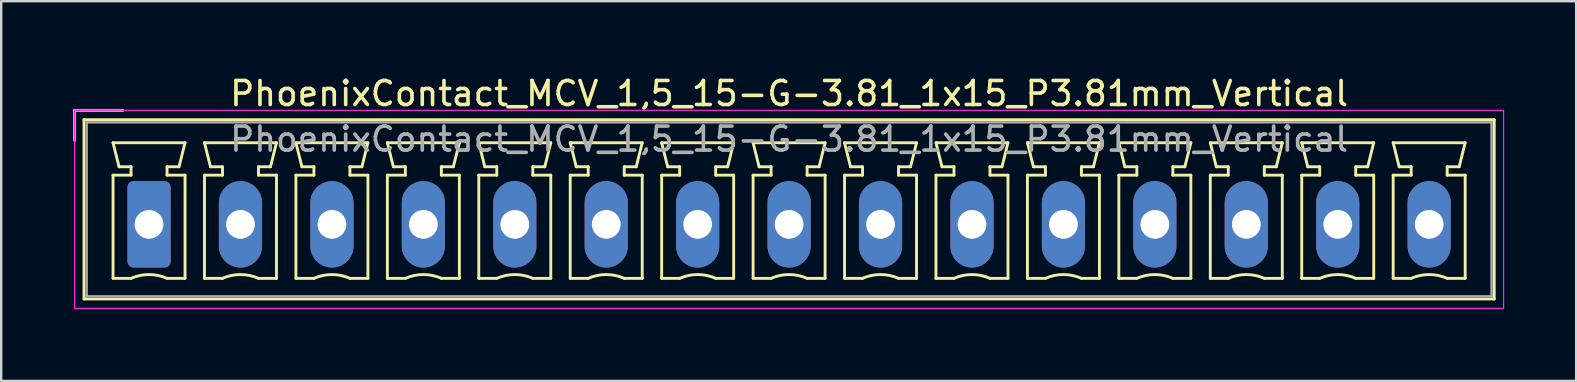
<source format=kicad_pcb>
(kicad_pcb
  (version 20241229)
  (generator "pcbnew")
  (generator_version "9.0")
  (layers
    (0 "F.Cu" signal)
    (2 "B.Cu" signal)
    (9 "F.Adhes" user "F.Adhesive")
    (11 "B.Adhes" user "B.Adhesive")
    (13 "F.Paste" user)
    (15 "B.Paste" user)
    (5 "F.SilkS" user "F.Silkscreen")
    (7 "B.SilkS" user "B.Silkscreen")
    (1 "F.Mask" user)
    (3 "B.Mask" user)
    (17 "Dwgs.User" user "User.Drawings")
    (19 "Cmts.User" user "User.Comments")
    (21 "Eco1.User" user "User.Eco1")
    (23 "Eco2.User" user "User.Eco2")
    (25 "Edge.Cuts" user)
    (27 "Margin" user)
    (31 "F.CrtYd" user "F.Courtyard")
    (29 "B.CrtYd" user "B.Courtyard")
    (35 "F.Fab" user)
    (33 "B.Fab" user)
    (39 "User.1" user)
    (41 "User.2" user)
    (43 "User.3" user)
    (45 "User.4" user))
  (footprint "PhoenixContact_MCV_1,5_15-G-3.81_1x15_P3.81mm_Vertical"
    (layer "F.Cu")
    (at 3.16 6.298)
    (property "Reference" "PhoenixContact_MCV_1,5_15-G-3.81_1x15_P3.81mm_Vertical" (at 26.67 -5.45 0) (layer "F.SilkS") (effects (font (size 1 1) (thickness 0.15))))
    (attr through_hole)
    (fp_line (start -3.1 -4.75) (end -1.1 -4.75) (stroke (width 0.12) (type solid)) (layer "F.SilkS"))
    (fp_line (start -3.1 -3.5) (end -3.1 -4.75) (stroke (width 0.12) (type solid)) (layer "F.SilkS"))
    (fp_line (start -2.71 -4.36) (end -2.71 3.11) (stroke (width 0.12) (type solid)) (layer "F.SilkS"))
    (fp_line (start -2.71 3.11) (end 56.05 3.11) (stroke (width 0.12) (type solid)) (layer "F.SilkS"))
    (fp_line (start -1.5 -3.4) (end 1.5 -3.4) (stroke (width 0.12) (type solid)) (layer "F.SilkS"))
    (fp_line (start -1.5 -2.05) (end -0.75 -2.05) (stroke (width 0.12) (type solid)) (layer "F.SilkS"))
    (fp_line (start -1.5 2.25) (end -1.5 -2.05) (stroke (width 0.12) (type solid)) (layer "F.SilkS"))
    (fp_line (start -1.25 -2.4) (end -1.5 -3.4) (stroke (width 0.12) (type solid)) (layer "F.SilkS"))
    (fp_line (start -0.75 -2.4) (end -1.25 -2.4) (stroke (width 0.12) (type solid)) (layer "F.SilkS"))
    (fp_line (start -0.75 -2.05) (end -0.75 -2.4) (stroke (width 0.12) (type solid)) (layer "F.SilkS"))
    (fp_line (start -0.75 2.25) (end -1.5 2.25) (stroke (width 0.12) (type solid)) (layer "F.SilkS"))
    (fp_line (start 0.75 -2.4) (end 0.75 -2.05) (stroke (width 0.12) (type solid)) (layer "F.SilkS"))
    (fp_line (start 0.75 -2.05) (end 1.5 -2.05) (stroke (width 0.12) (type solid)) (layer "F.SilkS"))
    (fp_line (start 1.25 -2.4) (end 0.75 -2.4) (stroke (width 0.12) (type solid)) (layer "F.SilkS"))
    (fp_line (start 1.5 -3.4) (end 1.25 -2.4) (stroke (width 0.12) (type solid)) (layer "F.SilkS"))
    (fp_line (start 1.5 -2.05) (end 1.5 2.25) (stroke (width 0.12) (type solid)) (layer "F.SilkS"))
    (fp_line (start 1.5 2.25) (end 0.75 2.25) (stroke (width 0.12) (type solid)) (layer "F.SilkS"))
    (fp_line (start 2.31 -3.4) (end 5.31 -3.4) (stroke (width 0.12) (type solid)) (layer "F.SilkS"))
    (fp_line (start 2.31 -2.05) (end 3.06 -2.05) (stroke (width 0.12) (type solid)) (layer "F.SilkS"))
    (fp_line (start 2.31 2.25) (end 2.31 -2.05) (stroke (width 0.12) (type solid)) (layer "F.SilkS"))
    (fp_line (start 2.56 -2.4) (end 2.31 -3.4) (stroke (width 0.12) (type solid)) (layer "F.SilkS"))
    (fp_line (start 3.06 -2.4) (end 2.56 -2.4) (stroke (width 0.12) (type solid)) (layer "F.SilkS"))
    (fp_line (start 3.06 -2.05) (end 3.06 -2.4) (stroke (width 0.12) (type solid)) (layer "F.SilkS"))
    (fp_line (start 3.06 2.25) (end 2.31 2.25) (stroke (width 0.12) (type solid)) (layer "F.SilkS"))
    (fp_line (start 4.56 -2.4) (end 4.56 -2.05) (stroke (width 0.12) (type solid)) (layer "F.SilkS"))
    (fp_line (start 4.56 -2.05) (end 5.31 -2.05) (stroke (width 0.12) (type solid)) (layer "F.SilkS"))
    (fp_line (start 5.06 -2.4) (end 4.56 -2.4) (stroke (width 0.12) (type solid)) (layer "F.SilkS"))
    (fp_line (start 5.31 -3.4) (end 5.06 -2.4) (stroke (width 0.12) (type solid)) (layer "F.SilkS"))
    (fp_line (start 5.31 -2.05) (end 5.31 2.25) (stroke (width 0.12) (type solid)) (layer "F.SilkS"))
    (fp_line (start 5.31 2.25) (end 4.56 2.25) (stroke (width 0.12) (type solid)) (layer "F.SilkS"))
    (fp_line (start 6.12 -3.4) (end 9.12 -3.4) (stroke (width 0.12) (type solid)) (layer "F.SilkS"))
    (fp_line (start 6.12 -2.05) (end 6.87 -2.05) (stroke (width 0.12) (type solid)) (layer "F.SilkS"))
    (fp_line (start 6.12 2.25) (end 6.12 -2.05) (stroke (width 0.12) (type solid)) (layer "F.SilkS"))
    (fp_line (start 6.37 -2.4) (end 6.12 -3.4) (stroke (width 0.12) (type solid)) (layer "F.SilkS"))
    (fp_line (start 6.87 -2.4) (end 6.37 -2.4) (stroke (width 0.12) (type solid)) (layer "F.SilkS"))
    (fp_line (start 6.87 -2.05) (end 6.87 -2.4) (stroke (width 0.12) (type solid)) (layer "F.SilkS"))
    (fp_line (start 6.87 2.25) (end 6.12 2.25) (stroke (width 0.12) (type solid)) (layer "F.SilkS"))
    (fp_line (start 8.37 -2.4) (end 8.37 -2.05) (stroke (width 0.12) (type solid)) (layer "F.SilkS"))
    (fp_line (start 8.37 -2.05) (end 9.12 -2.05) (stroke (width 0.12) (type solid)) (layer "F.SilkS"))
    (fp_line (start 8.87 -2.4) (end 8.37 -2.4) (stroke (width 0.12) (type solid)) (layer "F.SilkS"))
    (fp_line (start 9.12 -3.4) (end 8.87 -2.4) (stroke (width 0.12) (type solid)) (layer "F.SilkS"))
    (fp_line (start 9.12 -2.05) (end 9.12 2.25) (stroke (width 0.12) (type solid)) (layer "F.SilkS"))
    (fp_line (start 9.12 2.25) (end 8.37 2.25) (stroke (width 0.12) (type solid)) (layer "F.SilkS"))
    (fp_line (start 9.93 -3.4) (end 12.93 -3.4) (stroke (width 0.12) (type solid)) (layer "F.SilkS"))
    (fp_line (start 9.93 -2.05) (end 10.68 -2.05) (stroke (width 0.12) (type solid)) (layer "F.SilkS"))
    (fp_line (start 9.93 2.25) (end 9.93 -2.05) (stroke (width 0.12) (type solid)) (layer "F.SilkS"))
    (fp_line (start 10.18 -2.4) (end 9.93 -3.4) (stroke (width 0.12) (type solid)) (layer "F.SilkS"))
    (fp_line (start 10.68 -2.4) (end 10.18 -2.4) (stroke (width 0.12) (type solid)) (layer "F.SilkS"))
    (fp_line (start 10.68 -2.05) (end 10.68 -2.4) (stroke (width 0.12) (type solid)) (layer "F.SilkS"))
    (fp_line (start 10.68 2.25) (end 9.93 2.25) (stroke (width 0.12) (type solid)) (layer "F.SilkS"))
    (fp_line (start 12.18 -2.4) (end 12.18 -2.05) (stroke (width 0.12) (type solid)) (layer "F.SilkS"))
    (fp_line (start 12.18 -2.05) (end 12.93 -2.05) (stroke (width 0.12) (type solid)) (layer "F.SilkS"))
    (fp_line (start 12.68 -2.4) (end 12.18 -2.4) (stroke (width 0.12) (type solid)) (layer "F.SilkS"))
    (fp_line (start 12.93 -3.4) (end 12.68 -2.4) (stroke (width 0.12) (type solid)) (layer "F.SilkS"))
    (fp_line (start 12.93 -2.05) (end 12.93 2.25) (stroke (width 0.12) (type solid)) (layer "F.SilkS"))
    (fp_line (start 12.93 2.25) (end 12.18 2.25) (stroke (width 0.12) (type solid)) (layer "F.SilkS"))
    (fp_line (start 13.74 -3.4) (end 16.74 -3.4) (stroke (width 0.12) (type solid)) (layer "F.SilkS"))
    (fp_line (start 13.74 -2.05) (end 14.49 -2.05) (stroke (width 0.12) (type solid)) (layer "F.SilkS"))
    (fp_line (start 13.74 2.25) (end 13.74 -2.05) (stroke (width 0.12) (type solid)) (layer "F.SilkS"))
    (fp_line (start 13.99 -2.4) (end 13.74 -3.4) (stroke (width 0.12) (type solid)) (layer "F.SilkS"))
    (fp_line (start 14.49 -2.4) (end 13.99 -2.4) (stroke (width 0.12) (type solid)) (layer "F.SilkS"))
    (fp_line (start 14.49 -2.05) (end 14.49 -2.4) (stroke (width 0.12) (type solid)) (layer "F.SilkS"))
    (fp_line (start 14.49 2.25) (end 13.74 2.25) (stroke (width 0.12) (type solid)) (layer "F.SilkS"))
    (fp_line (start 15.99 -2.4) (end 15.99 -2.05) (stroke (width 0.12) (type solid)) (layer "F.SilkS"))
    (fp_line (start 15.99 -2.05) (end 16.74 -2.05) (stroke (width 0.12) (type solid)) (layer "F.SilkS"))
    (fp_line (start 16.49 -2.4) (end 15.99 -2.4) (stroke (width 0.12) (type solid)) (layer "F.SilkS"))
    (fp_line (start 16.74 -3.4) (end 16.49 -2.4) (stroke (width 0.12) (type solid)) (layer "F.SilkS"))
    (fp_line (start 16.74 -2.05) (end 16.74 2.25) (stroke (width 0.12) (type solid)) (layer "F.SilkS"))
    (fp_line (start 16.74 2.25) (end 15.99 2.25) (stroke (width 0.12) (type solid)) (layer "F.SilkS"))
    (fp_line (start 17.55 -3.4) (end 20.55 -3.4) (stroke (width 0.12) (type solid)) (layer "F.SilkS"))
    (fp_line (start 17.55 -2.05) (end 18.3 -2.05) (stroke (width 0.12) (type solid)) (layer "F.SilkS"))
    (fp_line (start 17.55 2.25) (end 17.55 -2.05) (stroke (width 0.12) (type solid)) (layer "F.SilkS"))
    (fp_line (start 17.8 -2.4) (end 17.55 -3.4) (stroke (width 0.12) (type solid)) (layer "F.SilkS"))
    (fp_line (start 18.3 -2.4) (end 17.8 -2.4) (stroke (width 0.12) (type solid)) (layer "F.SilkS"))
    (fp_line (start 18.3 -2.05) (end 18.3 -2.4) (stroke (width 0.12) (type solid)) (layer "F.SilkS"))
    (fp_line (start 18.3 2.25) (end 17.55 2.25) (stroke (width 0.12) (type solid)) (layer "F.SilkS"))
    (fp_line (start 19.8 -2.4) (end 19.8 -2.05) (stroke (width 0.12) (type solid)) (layer "F.SilkS"))
    (fp_line (start 19.8 -2.05) (end 20.55 -2.05) (stroke (width 0.12) (type solid)) (layer "F.SilkS"))
    (fp_line (start 20.3 -2.4) (end 19.8 -2.4) (stroke (width 0.12) (type solid)) (layer "F.SilkS"))
    (fp_line (start 20.55 -3.4) (end 20.3 -2.4) (stroke (width 0.12) (type solid)) (layer "F.SilkS"))
    (fp_line (start 20.55 -2.05) (end 20.55 2.25) (stroke (width 0.12) (type solid)) (layer "F.SilkS"))
    (fp_line (start 20.55 2.25) (end 19.8 2.25) (stroke (width 0.12) (type solid)) (layer "F.SilkS"))
    (fp_line (start 21.36 -3.4) (end 24.36 -3.4) (stroke (width 0.12) (type solid)) (layer "F.SilkS"))
    (fp_line (start 21.36 -2.05) (end 22.11 -2.05) (stroke (width 0.12) (type solid)) (layer "F.SilkS"))
    (fp_line (start 21.36 2.25) (end 21.36 -2.05) (stroke (width 0.12) (type solid)) (layer "F.SilkS"))
    (fp_line (start 21.61 -2.4) (end 21.36 -3.4) (stroke (width 0.12) (type solid)) (layer "F.SilkS"))
    (fp_line (start 22.11 -2.4) (end 21.61 -2.4) (stroke (width 0.12) (type solid)) (layer "F.SilkS"))
    (fp_line (start 22.11 -2.05) (end 22.11 -2.4) (stroke (width 0.12) (type solid)) (layer "F.SilkS"))
    (fp_line (start 22.11 2.25) (end 21.36 2.25) (stroke (width 0.12) (type solid)) (layer "F.SilkS"))
    (fp_line (start 23.61 -2.4) (end 23.61 -2.05) (stroke (width 0.12) (type solid)) (layer "F.SilkS"))
    (fp_line (start 23.61 -2.05) (end 24.36 -2.05) (stroke (width 0.12) (type solid)) (layer "F.SilkS"))
    (fp_line (start 24.11 -2.4) (end 23.61 -2.4) (stroke (width 0.12) (type solid)) (layer "F.SilkS"))
    (fp_line (start 24.36 -3.4) (end 24.11 -2.4) (stroke (width 0.12) (type solid)) (layer "F.SilkS"))
    (fp_line (start 24.36 -2.05) (end 24.36 2.25) (stroke (width 0.12) (type solid)) (layer "F.SilkS"))
    (fp_line (start 24.36 2.25) (end 23.61 2.25) (stroke (width 0.12) (type solid)) (layer "F.SilkS"))
    (fp_line (start 25.17 -3.4) (end 28.17 -3.4) (stroke (width 0.12) (type solid)) (layer "F.SilkS"))
    (fp_line (start 25.17 -2.05) (end 25.92 -2.05) (stroke (width 0.12) (type solid)) (layer "F.SilkS"))
    (fp_line (start 25.17 2.25) (end 25.17 -2.05) (stroke (width 0.12) (type solid)) (layer "F.SilkS"))
    (fp_line (start 25.42 -2.4) (end 25.17 -3.4) (stroke (width 0.12) (type solid)) (layer "F.SilkS"))
    (fp_line (start 25.92 -2.4) (end 25.42 -2.4) (stroke (width 0.12) (type solid)) (layer "F.SilkS"))
    (fp_line (start 25.92 -2.05) (end 25.92 -2.4) (stroke (width 0.12) (type solid)) (layer "F.SilkS"))
    (fp_line (start 25.92 2.25) (end 25.17 2.25) (stroke (width 0.12) (type solid)) (layer "F.SilkS"))
    (fp_line (start 27.42 -2.4) (end 27.42 -2.05) (stroke (width 0.12) (type solid)) (layer "F.SilkS"))
    (fp_line (start 27.42 -2.05) (end 28.17 -2.05) (stroke (width 0.12) (type solid)) (layer "F.SilkS"))
    (fp_line (start 27.92 -2.4) (end 27.42 -2.4) (stroke (width 0.12) (type solid)) (layer "F.SilkS"))
    (fp_line (start 28.17 -3.4) (end 27.92 -2.4) (stroke (width 0.12) (type solid)) (layer "F.SilkS"))
    (fp_line (start 28.17 -2.05) (end 28.17 2.25) (stroke (width 0.12) (type solid)) (layer "F.SilkS"))
    (fp_line (start 28.17 2.25) (end 27.42 2.25) (stroke (width 0.12) (type solid)) (layer "F.SilkS"))
    (fp_line (start 28.98 -3.4) (end 31.98 -3.4) (stroke (width 0.12) (type solid)) (layer "F.SilkS"))
    (fp_line (start 28.98 -2.05) (end 29.73 -2.05) (stroke (width 0.12) (type solid)) (layer "F.SilkS"))
    (fp_line (start 28.98 2.25) (end 28.98 -2.05) (stroke (width 0.12) (type solid)) (layer "F.SilkS"))
    (fp_line (start 29.23 -2.4) (end 28.98 -3.4) (stroke (width 0.12) (type solid)) (layer "F.SilkS"))
    (fp_line (start 29.73 -2.4) (end 29.23 -2.4) (stroke (width 0.12) (type solid)) (layer "F.SilkS"))
    (fp_line (start 29.73 -2.05) (end 29.73 -2.4) (stroke (width 0.12) (type solid)) (layer "F.SilkS"))
    (fp_line (start 29.73 2.25) (end 28.98 2.25) (stroke (width 0.12) (type solid)) (layer "F.SilkS"))
    (fp_line (start 31.23 -2.4) (end 31.23 -2.05) (stroke (width 0.12) (type solid)) (layer "F.SilkS"))
    (fp_line (start 31.23 -2.05) (end 31.98 -2.05) (stroke (width 0.12) (type solid)) (layer "F.SilkS"))
    (fp_line (start 31.73 -2.4) (end 31.23 -2.4) (stroke (width 0.12) (type solid)) (layer "F.SilkS"))
    (fp_line (start 31.98 -3.4) (end 31.73 -2.4) (stroke (width 0.12) (type solid)) (layer "F.SilkS"))
    (fp_line (start 31.98 -2.05) (end 31.98 2.25) (stroke (width 0.12) (type solid)) (layer "F.SilkS"))
    (fp_line (start 31.98 2.25) (end 31.23 2.25) (stroke (width 0.12) (type solid)) (layer "F.SilkS"))
    (fp_line (start 32.79 -3.4) (end 35.79 -3.4) (stroke (width 0.12) (type solid)) (layer "F.SilkS"))
    (fp_line (start 32.79 -2.05) (end 33.54 -2.05) (stroke (width 0.12) (type solid)) (layer "F.SilkS"))
    (fp_line (start 32.79 2.25) (end 32.79 -2.05) (stroke (width 0.12) (type solid)) (layer "F.SilkS"))
    (fp_line (start 33.04 -2.4) (end 32.79 -3.4) (stroke (width 0.12) (type solid)) (layer "F.SilkS"))
    (fp_line (start 33.54 -2.4) (end 33.04 -2.4) (stroke (width 0.12) (type solid)) (layer "F.SilkS"))
    (fp_line (start 33.54 -2.05) (end 33.54 -2.4) (stroke (width 0.12) (type solid)) (layer "F.SilkS"))
    (fp_line (start 33.54 2.25) (end 32.79 2.25) (stroke (width 0.12) (type solid)) (layer "F.SilkS"))
    (fp_line (start 35.04 -2.4) (end 35.04 -2.05) (stroke (width 0.12) (type solid)) (layer "F.SilkS"))
    (fp_line (start 35.04 -2.05) (end 35.79 -2.05) (stroke (width 0.12) (type solid)) (layer "F.SilkS"))
    (fp_line (start 35.54 -2.4) (end 35.04 -2.4) (stroke (width 0.12) (type solid)) (layer "F.SilkS"))
    (fp_line (start 35.79 -3.4) (end 35.54 -2.4) (stroke (width 0.12) (type solid)) (layer "F.SilkS"))
    (fp_line (start 35.79 -2.05) (end 35.79 2.25) (stroke (width 0.12) (type solid)) (layer "F.SilkS"))
    (fp_line (start 35.79 2.25) (end 35.04 2.25) (stroke (width 0.12) (type solid)) (layer "F.SilkS"))
    (fp_line (start 36.6 -3.4) (end 39.6 -3.4) (stroke (width 0.12) (type solid)) (layer "F.SilkS"))
    (fp_line (start 36.6 -2.05) (end 37.35 -2.05) (stroke (width 0.12) (type solid)) (layer "F.SilkS"))
    (fp_line (start 36.6 2.25) (end 36.6 -2.05) (stroke (width 0.12) (type solid)) (layer "F.SilkS"))
    (fp_line (start 36.85 -2.4) (end 36.6 -3.4) (stroke (width 0.12) (type solid)) (layer "F.SilkS"))
    (fp_line (start 37.35 -2.4) (end 36.85 -2.4) (stroke (width 0.12) (type solid)) (layer "F.SilkS"))
    (fp_line (start 37.35 -2.05) (end 37.35 -2.4) (stroke (width 0.12) (type solid)) (layer "F.SilkS"))
    (fp_line (start 37.35 2.25) (end 36.6 2.25) (stroke (width 0.12) (type solid)) (layer "F.SilkS"))
    (fp_line (start 38.85 -2.4) (end 38.85 -2.05) (stroke (width 0.12) (type solid)) (layer "F.SilkS"))
    (fp_line (start 38.85 -2.05) (end 39.6 -2.05) (stroke (width 0.12) (type solid)) (layer "F.SilkS"))
    (fp_line (start 39.35 -2.4) (end 38.85 -2.4) (stroke (width 0.12) (type solid)) (layer "F.SilkS"))
    (fp_line (start 39.6 -3.4) (end 39.35 -2.4) (stroke (width 0.12) (type solid)) (layer "F.SilkS"))
    (fp_line (start 39.6 -2.05) (end 39.6 2.25) (stroke (width 0.12) (type solid)) (layer "F.SilkS"))
    (fp_line (start 39.6 2.25) (end 38.85 2.25) (stroke (width 0.12) (type solid)) (layer "F.SilkS"))
    (fp_line (start 40.41 -3.4) (end 43.41 -3.4) (stroke (width 0.12) (type solid)) (layer "F.SilkS"))
    (fp_line (start 40.41 -2.05) (end 41.16 -2.05) (stroke (width 0.12) (type solid)) (layer "F.SilkS"))
    (fp_line (start 40.41 2.25) (end 40.41 -2.05) (stroke (width 0.12) (type solid)) (layer "F.SilkS"))
    (fp_line (start 40.66 -2.4) (end 40.41 -3.4) (stroke (width 0.12) (type solid)) (layer "F.SilkS"))
    (fp_line (start 41.16 -2.4) (end 40.66 -2.4) (stroke (width 0.12) (type solid)) (layer "F.SilkS"))
    (fp_line (start 41.16 -2.05) (end 41.16 -2.4) (stroke (width 0.12) (type solid)) (layer "F.SilkS"))
    (fp_line (start 41.16 2.25) (end 40.41 2.25) (stroke (width 0.12) (type solid)) (layer "F.SilkS"))
    (fp_line (start 42.66 -2.4) (end 42.66 -2.05) (stroke (width 0.12) (type solid)) (layer "F.SilkS"))
    (fp_line (start 42.66 -2.05) (end 43.41 -2.05) (stroke (width 0.12) (type solid)) (layer "F.SilkS"))
    (fp_line (start 43.16 -2.4) (end 42.66 -2.4) (stroke (width 0.12) (type solid)) (layer "F.SilkS"))
    (fp_line (start 43.41 -3.4) (end 43.16 -2.4) (stroke (width 0.12) (type solid)) (layer "F.SilkS"))
    (fp_line (start 43.41 -2.05) (end 43.41 2.25) (stroke (width 0.12) (type solid)) (layer "F.SilkS"))
    (fp_line (start 43.41 2.25) (end 42.66 2.25) (stroke (width 0.12) (type solid)) (layer "F.SilkS"))
    (fp_line (start 44.22 -3.4) (end 47.22 -3.4) (stroke (width 0.12) (type solid)) (layer "F.SilkS"))
    (fp_line (start 44.22 -2.05) (end 44.97 -2.05) (stroke (width 0.12) (type solid)) (layer "F.SilkS"))
    (fp_line (start 44.22 2.25) (end 44.22 -2.05) (stroke (width 0.12) (type solid)) (layer "F.SilkS"))
    (fp_line (start 44.47 -2.4) (end 44.22 -3.4) (stroke (width 0.12) (type solid)) (layer "F.SilkS"))
    (fp_line (start 44.97 -2.4) (end 44.47 -2.4) (stroke (width 0.12) (type solid)) (layer "F.SilkS"))
    (fp_line (start 44.97 -2.05) (end 44.97 -2.4) (stroke (width 0.12) (type solid)) (layer "F.SilkS"))
    (fp_line (start 44.97 2.25) (end 44.22 2.25) (stroke (width 0.12) (type solid)) (layer "F.SilkS"))
    (fp_line (start 46.47 -2.4) (end 46.47 -2.05) (stroke (width 0.12) (type solid)) (layer "F.SilkS"))
    (fp_line (start 46.47 -2.05) (end 47.22 -2.05) (stroke (width 0.12) (type solid)) (layer "F.SilkS"))
    (fp_line (start 46.97 -2.4) (end 46.47 -2.4) (stroke (width 0.12) (type solid)) (layer "F.SilkS"))
    (fp_line (start 47.22 -3.4) (end 46.97 -2.4) (stroke (width 0.12) (type solid)) (layer "F.SilkS"))
    (fp_line (start 47.22 -2.05) (end 47.22 2.25) (stroke (width 0.12) (type solid)) (layer "F.SilkS"))
    (fp_line (start 47.22 2.25) (end 46.47 2.25) (stroke (width 0.12) (type solid)) (layer "F.SilkS"))
    (fp_line (start 48.03 -3.4) (end 51.03 -3.4) (stroke (width 0.12) (type solid)) (layer "F.SilkS"))
    (fp_line (start 48.03 -2.05) (end 48.78 -2.05) (stroke (width 0.12) (type solid)) (layer "F.SilkS"))
    (fp_line (start 48.03 2.25) (end 48.03 -2.05) (stroke (width 0.12) (type solid)) (layer "F.SilkS"))
    (fp_line (start 48.28 -2.4) (end 48.03 -3.4) (stroke (width 0.12) (type solid)) (layer "F.SilkS"))
    (fp_line (start 48.78 -2.4) (end 48.28 -2.4) (stroke (width 0.12) (type solid)) (layer "F.SilkS"))
    (fp_line (start 48.78 -2.05) (end 48.78 -2.4) (stroke (width 0.12) (type solid)) (layer "F.SilkS"))
    (fp_line (start 48.78 2.25) (end 48.03 2.25) (stroke (width 0.12) (type solid)) (layer "F.SilkS"))
    (fp_line (start 50.28 -2.4) (end 50.28 -2.05) (stroke (width 0.12) (type solid)) (layer "F.SilkS"))
    (fp_line (start 50.28 -2.05) (end 51.03 -2.05) (stroke (width 0.12) (type solid)) (layer "F.SilkS"))
    (fp_line (start 50.78 -2.4) (end 50.28 -2.4) (stroke (width 0.12) (type solid)) (layer "F.SilkS"))
    (fp_line (start 51.03 -3.4) (end 50.78 -2.4) (stroke (width 0.12) (type solid)) (layer "F.SilkS"))
    (fp_line (start 51.03 -2.05) (end 51.03 2.25) (stroke (width 0.12) (type solid)) (layer "F.SilkS"))
    (fp_line (start 51.03 2.25) (end 50.28 2.25) (stroke (width 0.12) (type solid)) (layer "F.SilkS"))
    (fp_line (start 51.84 -3.4) (end 54.84 -3.4) (stroke (width 0.12) (type solid)) (layer "F.SilkS"))
    (fp_line (start 51.84 -2.05) (end 52.59 -2.05) (stroke (width 0.12) (type solid)) (layer "F.SilkS"))
    (fp_line (start 51.84 2.25) (end 51.84 -2.05) (stroke (width 0.12) (type solid)) (layer "F.SilkS"))
    (fp_line (start 52.09 -2.4) (end 51.84 -3.4) (stroke (width 0.12) (type solid)) (layer "F.SilkS"))
    (fp_line (start 52.59 -2.4) (end 52.09 -2.4) (stroke (width 0.12) (type solid)) (layer "F.SilkS"))
    (fp_line (start 52.59 -2.05) (end 52.59 -2.4) (stroke (width 0.12) (type solid)) (layer "F.SilkS"))
    (fp_line (start 52.59 2.25) (end 51.84 2.25) (stroke (width 0.12) (type solid)) (layer "F.SilkS"))
    (fp_line (start 54.09 -2.4) (end 54.09 -2.05) (stroke (width 0.12) (type solid)) (layer "F.SilkS"))
    (fp_line (start 54.09 -2.05) (end 54.84 -2.05) (stroke (width 0.12) (type solid)) (layer "F.SilkS"))
    (fp_line (start 54.59 -2.4) (end 54.09 -2.4) (stroke (width 0.12) (type solid)) (layer "F.SilkS"))
    (fp_line (start 54.84 -3.4) (end 54.59 -2.4) (stroke (width 0.12) (type solid)) (layer "F.SilkS"))
    (fp_line (start 54.84 -2.05) (end 54.84 2.25) (stroke (width 0.12) (type solid)) (layer "F.SilkS"))
    (fp_line (start 54.84 2.25) (end 54.09 2.25) (stroke (width 0.12) (type solid)) (layer "F.SilkS"))
    (fp_line (start 56.05 -4.36) (end -2.71 -4.36) (stroke (width 0.12) (type solid)) (layer "F.SilkS"))
    (fp_line (start 56.05 3.11) (end 56.05 -4.36) (stroke (width 0.12) (type solid)) (layer "F.SilkS"))
    (fp_arc (start -0.75 2.25) (mid -0.000193 2.09191) (end 0.749647 2.249844) (stroke (width 0.12) (type solid)) (layer "F.SilkS"))
    (fp_arc (start 3.06 2.25) (mid 3.809807 2.09191) (end 4.559647 2.249844) (stroke (width 0.12) (type solid)) (layer "F.SilkS"))
    (fp_arc (start 6.87 2.25) (mid 7.619807 2.09191) (end 8.369647 2.249844) (stroke (width 0.12) (type solid)) (layer "F.SilkS"))
    (fp_arc (start 10.68 2.25) (mid 11.429807 2.09191) (end 12.179647 2.249844) (stroke (width 0.12) (type solid)) (layer "F.SilkS"))
    (fp_arc (start 14.49 2.25) (mid 15.239807 2.09191) (end 15.989647 2.249844) (stroke (width 0.12) (type solid)) (layer "F.SilkS"))
    (fp_arc (start 18.3 2.25) (mid 19.049807 2.09191) (end 19.799647 2.249844) (stroke (width 0.12) (type solid)) (layer "F.SilkS"))
    (fp_arc (start 22.11 2.25) (mid 22.859807 2.09191) (end 23.609647 2.249844) (stroke (width 0.12) (type solid)) (layer "F.SilkS"))
    (fp_arc (start 25.92 2.25) (mid 26.669807 2.09191) (end 27.419647 2.249844) (stroke (width 0.12) (type solid)) (layer "F.SilkS"))
    (fp_arc (start 29.73 2.25) (mid 30.479807 2.09191) (end 31.229647 2.249844) (stroke (width 0.12) (type solid)) (layer "F.SilkS"))
    (fp_arc (start 33.54 2.25) (mid 34.289807 2.09191) (end 35.039647 2.249844) (stroke (width 0.12) (type solid)) (layer "F.SilkS"))
    (fp_arc (start 37.35 2.25) (mid 38.099807 2.09191) (end 38.849647 2.249844) (stroke (width 0.12) (type solid)) (layer "F.SilkS"))
    (fp_arc (start 41.16 2.25) (mid 41.909807 2.09191) (end 42.659647 2.249844) (stroke (width 0.12) (type solid)) (layer "F.SilkS"))
    (fp_arc (start 44.97 2.25) (mid 45.719807 2.09191) (end 46.469647 2.249844) (stroke (width 0.12) (type solid)) (layer "F.SilkS"))
    (fp_arc (start 48.78 2.25) (mid 49.529807 2.09191) (end 50.279647 2.249844) (stroke (width 0.12) (type solid)) (layer "F.SilkS"))
    (fp_arc (start 52.59 2.25) (mid 53.339807 2.09191) (end 54.089647 2.249844) (stroke (width 0.12) (type solid)) (layer "F.SilkS"))
    (fp_line (start -3.1 -4.75) (end -3.1 3.5) (stroke (width 0.05) (type solid)) (layer "F.CrtYd"))
    (fp_line (start -3.1 3.5) (end 56.44 3.5) (stroke (width 0.05) (type solid)) (layer "F.CrtYd"))
    (fp_line (start 56.44 -4.75) (end -3.1 -4.75) (stroke (width 0.05) (type solid)) (layer "F.CrtYd"))
    (fp_line (start 56.44 3.5) (end 56.44 -4.75) (stroke (width 0.05) (type solid)) (layer "F.CrtYd"))
    (fp_line (start -3.1 -4.75) (end -1.1 -4.75) (stroke (width 0.1) (type solid)) (layer "F.Fab"))
    (fp_line (start -3.1 -3.5) (end -3.1 -4.75) (stroke (width 0.1) (type solid)) (layer "F.Fab"))
    (fp_line (start -2.6 -4.25) (end -2.6 3) (stroke (width 0.1) (type solid)) (layer "F.Fab"))
    (fp_line (start -2.6 3) (end 55.94 3) (stroke (width 0.1) (type solid)) (layer "F.Fab"))
    (fp_line (start 55.94 -4.25) (end -2.6 -4.25) (stroke (width 0.1) (type solid)) (layer "F.Fab"))
    (fp_line (start 55.94 3) (end 55.94 -4.25) (stroke (width 0.1) (type solid)) (layer "F.Fab"))
    (fp_text user "${REFERENCE}" (at 26.67 -3.55 0) (layer "F.Fab") (effects (font (size 1 1) (thickness 0.15))))
    (pad "1" thru_hole roundrect (at 0 0) (size 1.8 3.6) (drill 1.2) (layers "*.Cu" "*.Mask") (roundrect_rratio 0.139))
    (pad "2" thru_hole oval (at 3.81 0) (size 1.8 3.6) (drill 1.2) (layers "*.Cu" "*.Mask"))
    (pad "3" thru_hole oval (at 7.62 0) (size 1.8 3.6) (drill 1.2) (layers "*.Cu" "*.Mask"))
    (pad "4" thru_hole oval (at 11.43 0) (size 1.8 3.6) (drill 1.2) (layers "*.Cu" "*.Mask"))
    (pad "5" thru_hole oval (at 15.24 0) (size 1.8 3.6) (drill 1.2) (layers "*.Cu" "*.Mask"))
    (pad "6" thru_hole oval (at 19.05 0) (size 1.8 3.6) (drill 1.2) (layers "*.Cu" "*.Mask"))
    (pad "7" thru_hole oval (at 22.86 0) (size 1.8 3.6) (drill 1.2) (layers "*.Cu" "*.Mask"))
    (pad "8" thru_hole oval (at 26.67 0) (size 1.8 3.6) (drill 1.2) (layers "*.Cu" "*.Mask"))
    (pad "9" thru_hole oval (at 30.48 0) (size 1.8 3.6) (drill 1.2) (layers "*.Cu" "*.Mask"))
    (pad "10" thru_hole oval (at 34.29 0) (size 1.8 3.6) (drill 1.2) (layers "*.Cu" "*.Mask"))
    (pad "11" thru_hole oval (at 38.1 0) (size 1.8 3.6) (drill 1.2) (layers "*.Cu" "*.Mask"))
    (pad "12" thru_hole oval (at 41.91 0) (size 1.8 3.6) (drill 1.2) (layers "*.Cu" "*.Mask"))
    (pad "13" thru_hole oval (at 45.72 0) (size 1.8 3.6) (drill 1.2) (layers "*.Cu" "*.Mask"))
    (pad "14" thru_hole oval (at 49.53 0) (size 1.8 3.6) (drill 1.2) (layers "*.Cu" "*.Mask"))
    (pad "15" thru_hole oval (at 53.34 0) (size 1.8 3.6) (drill 1.2) (layers "*.Cu" "*.Mask")))
  (gr_rect
    (start -3 -3)
    (end 62.625 12.823)
    (stroke (width 0.1) (type default))
    (fill no)
    (layer "Edge.Cuts")))
</source>
